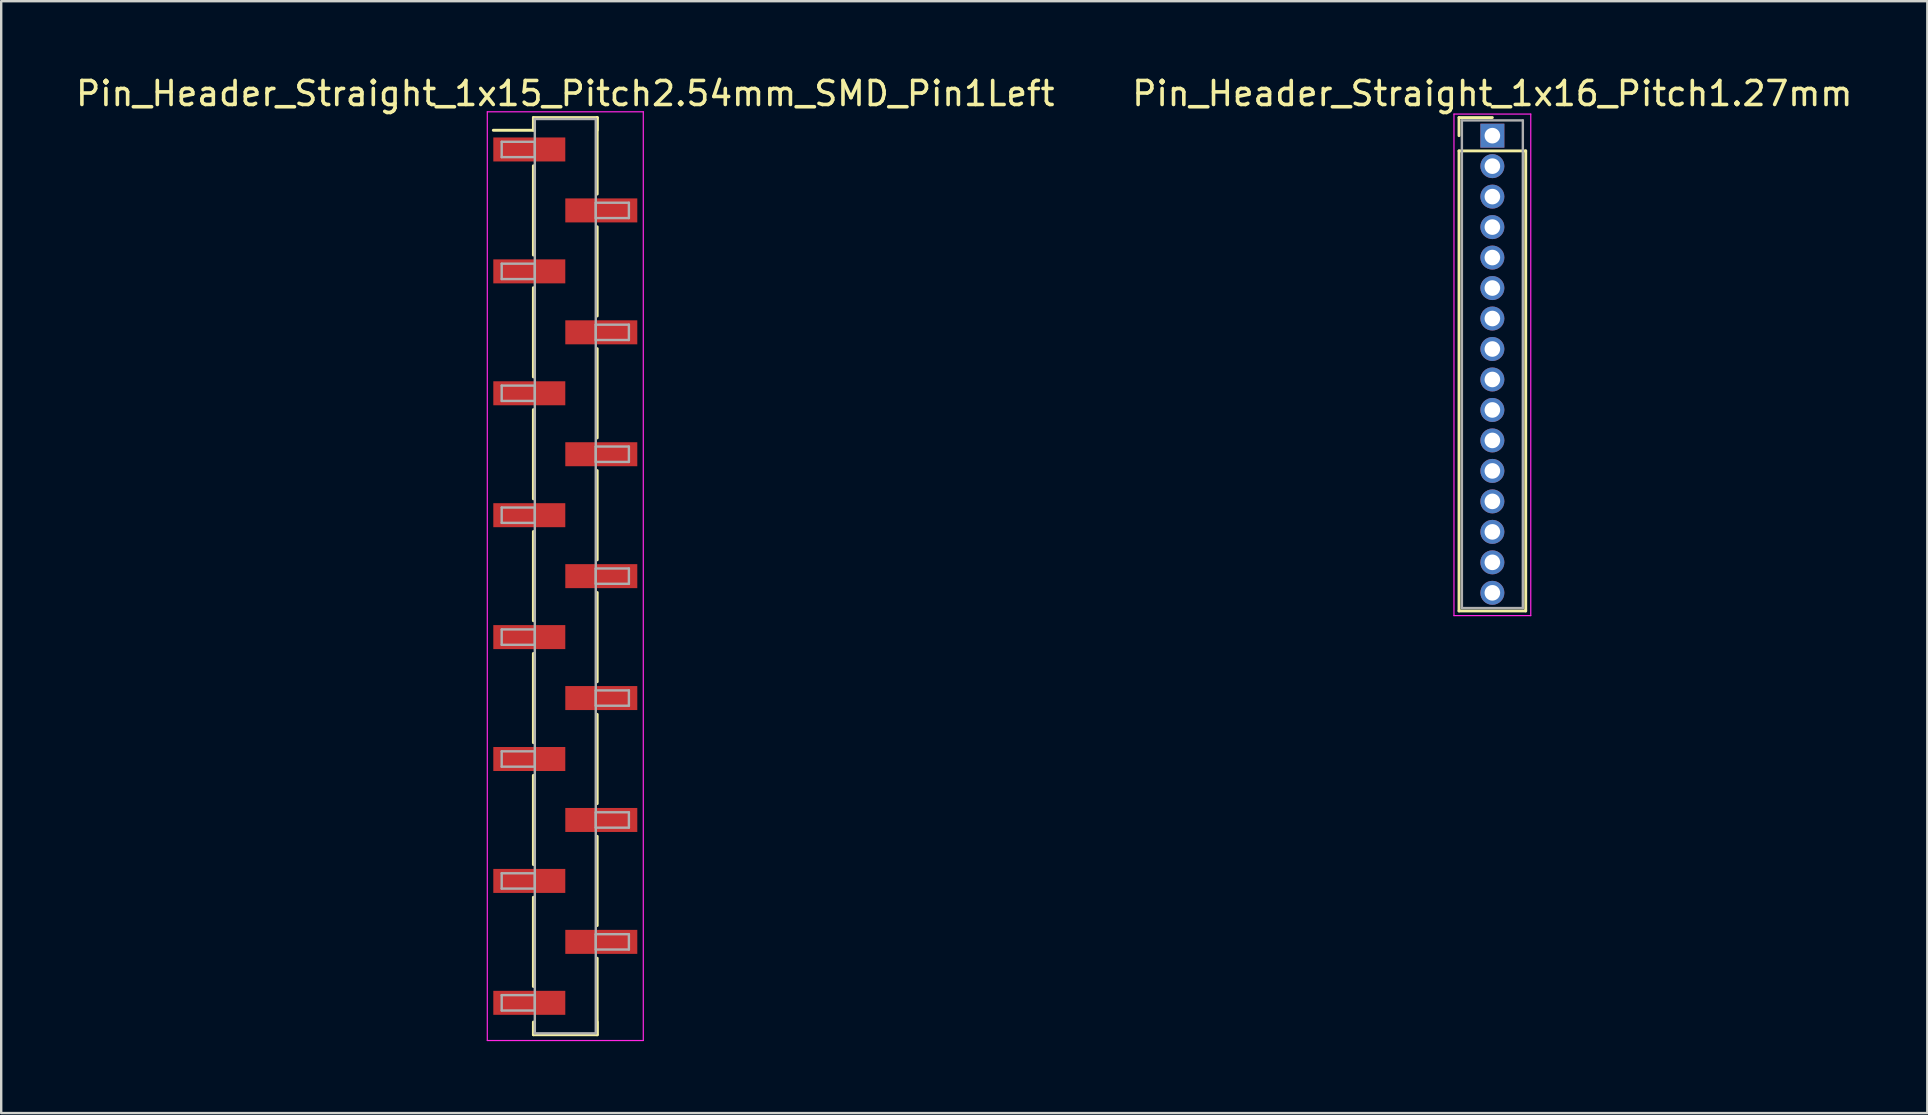
<source format=kicad_pcb>
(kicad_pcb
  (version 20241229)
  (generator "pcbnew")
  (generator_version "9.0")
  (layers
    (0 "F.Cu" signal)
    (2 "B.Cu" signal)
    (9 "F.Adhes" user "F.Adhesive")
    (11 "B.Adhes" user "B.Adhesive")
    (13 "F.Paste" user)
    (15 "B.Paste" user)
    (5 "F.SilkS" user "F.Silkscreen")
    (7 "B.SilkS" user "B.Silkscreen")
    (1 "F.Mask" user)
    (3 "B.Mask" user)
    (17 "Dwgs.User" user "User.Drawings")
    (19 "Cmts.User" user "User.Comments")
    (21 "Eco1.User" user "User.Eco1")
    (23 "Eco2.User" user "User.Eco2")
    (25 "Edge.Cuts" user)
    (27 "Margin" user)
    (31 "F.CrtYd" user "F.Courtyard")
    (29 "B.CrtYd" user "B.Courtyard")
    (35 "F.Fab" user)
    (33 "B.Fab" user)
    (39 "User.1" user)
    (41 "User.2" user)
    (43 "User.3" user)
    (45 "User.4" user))
  (footprint "Pin_Header_Straight_1x16_Pitch1.27mm"
    (layer "F.Cu")
    (at 59.137 2.603)
    (property "Reference" "Pin_Header_Straight_1x16_Pitch1.27mm" (at 0 -1.755 0) (layer "F.SilkS") (effects (font (size 1 1) (thickness 0.15))))
    (attr through_hole)
    (fp_line (start -1.39 -0.755) (end 0 -0.755) (stroke (width 0.12) (type solid)) (layer "F.SilkS"))
    (fp_line (start -1.39 0) (end -1.39 -0.755) (stroke (width 0.12) (type solid)) (layer "F.SilkS"))
    (fp_line (start -1.39 0.635) (end -1.39 19.805) (stroke (width 0.12) (type solid)) (layer "F.SilkS"))
    (fp_line (start -1.39 19.805) (end 1.39 19.805) (stroke (width 0.12) (type solid)) (layer "F.SilkS"))
    (fp_line (start 1.39 0.635) (end -1.39 0.635) (stroke (width 0.12) (type solid)) (layer "F.SilkS"))
    (fp_line (start 1.39 19.805) (end 1.39 0.635) (stroke (width 0.12) (type solid)) (layer "F.SilkS"))
    (fp_line (start -1.6 -0.9) (end -1.6 20) (stroke (width 0.05) (type solid)) (layer "F.CrtYd"))
    (fp_line (start -1.6 20) (end 1.6 20) (stroke (width 0.05) (type solid)) (layer "F.CrtYd"))
    (fp_line (start 1.6 -0.9) (end -1.6 -0.9) (stroke (width 0.05) (type solid)) (layer "F.CrtYd"))
    (fp_line (start 1.6 20) (end 1.6 -0.9) (stroke (width 0.05) (type solid)) (layer "F.CrtYd"))
    (fp_line (start -1.27 -0.635) (end -1.27 19.685) (stroke (width 0.1) (type solid)) (layer "F.Fab"))
    (fp_line (start -1.27 19.685) (end 1.27 19.685) (stroke (width 0.1) (type solid)) (layer "F.Fab"))
    (fp_line (start 1.27 -0.635) (end -1.27 -0.635) (stroke (width 0.1) (type solid)) (layer "F.Fab"))
    (fp_line (start 1.27 19.685) (end 1.27 -0.635) (stroke (width 0.1) (type solid)) (layer "F.Fab"))
    (pad "1" thru_hole rect (at 0 0) (size 1 1) (drill 0.65) (layers "*.Cu" "*.Mask"))
    (pad "2" thru_hole oval (at 0 1.27) (size 1 1) (drill 0.65) (layers "*.Cu" "*.Mask"))
    (pad "3" thru_hole oval (at 0 2.54) (size 1 1) (drill 0.65) (layers "*.Cu" "*.Mask"))
    (pad "4" thru_hole oval (at 0 3.81) (size 1 1) (drill 0.65) (layers "*.Cu" "*.Mask"))
    (pad "5" thru_hole oval (at 0 5.08) (size 1 1) (drill 0.65) (layers "*.Cu" "*.Mask"))
    (pad "6" thru_hole oval (at 0 6.35) (size 1 1) (drill 0.65) (layers "*.Cu" "*.Mask"))
    (pad "7" thru_hole oval (at 0 7.62) (size 1 1) (drill 0.65) (layers "*.Cu" "*.Mask"))
    (pad "8" thru_hole oval (at 0 8.89) (size 1 1) (drill 0.65) (layers "*.Cu" "*.Mask"))
    (pad "9" thru_hole oval (at 0 10.16) (size 1 1) (drill 0.65) (layers "*.Cu" "*.Mask"))
    (pad "10" thru_hole oval (at 0 11.43) (size 1 1) (drill 0.65) (layers "*.Cu" "*.Mask"))
    (pad "11" thru_hole oval (at 0 12.7) (size 1 1) (drill 0.65) (layers "*.Cu" "*.Mask"))
    (pad "12" thru_hole oval (at 0 13.97) (size 1 1) (drill 0.65) (layers "*.Cu" "*.Mask"))
    (pad "13" thru_hole oval (at 0 15.24) (size 1 1) (drill 0.65) (layers "*.Cu" "*.Mask"))
    (pad "14" thru_hole oval (at 0 16.51) (size 1 1) (drill 0.65) (layers "*.Cu" "*.Mask"))
    (pad "15" thru_hole oval (at 0 17.78) (size 1 1) (drill 0.65) (layers "*.Cu" "*.Mask"))
    (pad "16" thru_hole oval (at 0 19.05) (size 1 1) (drill 0.65) (layers "*.Cu" "*.Mask")))
  (footprint "Pin_Header_Straight_1x15_Pitch2.54mm_SMD_Pin1Left"
    (layer "F.Cu")
    (at 20.506 20.958)
    (property "Reference" "Pin_Header_Straight_1x15_Pitch2.54mm_SMD_Pin1Left" (at 0 -20.11 0) (layer "F.SilkS") (effects (font (size 1 1) (thickness 0.15))))
    (attr smd)
    (fp_line (start -1.33 -19.11) (end 1.33 -19.11) (stroke (width 0.12) (type solid)) (layer "F.SilkS"))
    (fp_line (start -1.33 -18.58) (end -3 -18.58) (stroke (width 0.12) (type solid)) (layer "F.SilkS"))
    (fp_line (start -1.33 -18.58) (end -1.33 -19.11) (stroke (width 0.12) (type solid)) (layer "F.SilkS"))
    (fp_line (start -1.33 -17.1) (end -1.33 -13.38) (stroke (width 0.12) (type solid)) (layer "F.SilkS"))
    (fp_line (start -1.33 -12.02) (end -1.33 -8.3) (stroke (width 0.12) (type solid)) (layer "F.SilkS"))
    (fp_line (start -1.33 -6.94) (end -1.33 -3.22) (stroke (width 0.12) (type solid)) (layer "F.SilkS"))
    (fp_line (start -1.33 -1.86) (end -1.33 1.86) (stroke (width 0.12) (type solid)) (layer "F.SilkS"))
    (fp_line (start -1.33 3.22) (end -1.33 6.94) (stroke (width 0.12) (type solid)) (layer "F.SilkS"))
    (fp_line (start -1.33 8.3) (end -1.33 12.02) (stroke (width 0.12) (type solid)) (layer "F.SilkS"))
    (fp_line (start -1.33 13.38) (end -1.33 17.1) (stroke (width 0.12) (type solid)) (layer "F.SilkS"))
    (fp_line (start -1.33 18.58) (end -1.33 19.11) (stroke (width 0.12) (type solid)) (layer "F.SilkS"))
    (fp_line (start -1.33 19.11) (end 1.33 19.11) (stroke (width 0.12) (type solid)) (layer "F.SilkS"))
    (fp_line (start 1.33 -19.11) (end 1.33 -18.58) (stroke (width 0.12) (type solid)) (layer "F.SilkS"))
    (fp_line (start 1.33 -19.11) (end 1.33 -15.92) (stroke (width 0.12) (type solid)) (layer "F.SilkS"))
    (fp_line (start 1.33 -14.56) (end 1.33 -10.84) (stroke (width 0.12) (type solid)) (layer "F.SilkS"))
    (fp_line (start 1.33 -9.48) (end 1.33 -5.76) (stroke (width 0.12) (type solid)) (layer "F.SilkS"))
    (fp_line (start 1.33 -4.4) (end 1.33 -0.68) (stroke (width 0.12) (type solid)) (layer "F.SilkS"))
    (fp_line (start 1.33 0.68) (end 1.33 4.4) (stroke (width 0.12) (type solid)) (layer "F.SilkS"))
    (fp_line (start 1.33 5.76) (end 1.33 9.48) (stroke (width 0.12) (type solid)) (layer "F.SilkS"))
    (fp_line (start 1.33 10.84) (end 1.33 14.56) (stroke (width 0.12) (type solid)) (layer "F.SilkS"))
    (fp_line (start 1.33 15.92) (end 1.33 19.11) (stroke (width 0.12) (type solid)) (layer "F.SilkS"))
    (fp_line (start 1.33 19.11) (end 1.33 18.58) (stroke (width 0.12) (type solid)) (layer "F.SilkS"))
    (fp_line (start -3.25 -19.35) (end -3.25 19.35) (stroke (width 0.05) (type solid)) (layer "F.CrtYd"))
    (fp_line (start -3.25 19.35) (end 3.25 19.35) (stroke (width 0.05) (type solid)) (layer "F.CrtYd"))
    (fp_line (start 3.25 -19.35) (end -3.25 -19.35) (stroke (width 0.05) (type solid)) (layer "F.CrtYd"))
    (fp_line (start 3.25 19.35) (end 3.25 -19.35) (stroke (width 0.05) (type solid)) (layer "F.CrtYd"))
    (fp_line (start -2.65 -18.1) (end -1.27 -18.1) (stroke (width 0.1) (type solid)) (layer "F.Fab"))
    (fp_line (start -2.65 -17.46) (end -2.65 -18.1) (stroke (width 0.1) (type solid)) (layer "F.Fab"))
    (fp_line (start -2.65 -13.02) (end -1.27 -13.02) (stroke (width 0.1) (type solid)) (layer "F.Fab"))
    (fp_line (start -2.65 -12.38) (end -2.65 -13.02) (stroke (width 0.1) (type solid)) (layer "F.Fab"))
    (fp_line (start -2.65 -7.94) (end -1.27 -7.94) (stroke (width 0.1) (type solid)) (layer "F.Fab"))
    (fp_line (start -2.65 -7.3) (end -2.65 -7.94) (stroke (width 0.1) (type solid)) (layer "F.Fab"))
    (fp_line (start -2.65 -2.86) (end -1.27 -2.86) (stroke (width 0.1) (type solid)) (layer "F.Fab"))
    (fp_line (start -2.65 -2.22) (end -2.65 -2.86) (stroke (width 0.1) (type solid)) (layer "F.Fab"))
    (fp_line (start -2.65 2.22) (end -1.27 2.22) (stroke (width 0.1) (type solid)) (layer "F.Fab"))
    (fp_line (start -2.65 2.86) (end -2.65 2.22) (stroke (width 0.1) (type solid)) (layer "F.Fab"))
    (fp_line (start -2.65 7.3) (end -1.27 7.3) (stroke (width 0.1) (type solid)) (layer "F.Fab"))
    (fp_line (start -2.65 7.94) (end -2.65 7.3) (stroke (width 0.1) (type solid)) (layer "F.Fab"))
    (fp_line (start -2.65 12.38) (end -1.27 12.38) (stroke (width 0.1) (type solid)) (layer "F.Fab"))
    (fp_line (start -2.65 13.02) (end -2.65 12.38) (stroke (width 0.1) (type solid)) (layer "F.Fab"))
    (fp_line (start -2.65 17.46) (end -1.27 17.46) (stroke (width 0.1) (type solid)) (layer "F.Fab"))
    (fp_line (start -2.65 18.1) (end -2.65 17.46) (stroke (width 0.1) (type solid)) (layer "F.Fab"))
    (fp_line (start -1.27 -19.05) (end -1.27 19.05) (stroke (width 0.1) (type solid)) (layer "F.Fab"))
    (fp_line (start -1.27 -18.1) (end -1.27 -17.46) (stroke (width 0.1) (type solid)) (layer "F.Fab"))
    (fp_line (start -1.27 -17.46) (end -2.65 -17.46) (stroke (width 0.1) (type solid)) (layer "F.Fab"))
    (fp_line (start -1.27 -13.02) (end -1.27 -12.38) (stroke (width 0.1) (type solid)) (layer "F.Fab"))
    (fp_line (start -1.27 -12.38) (end -2.65 -12.38) (stroke (width 0.1) (type solid)) (layer "F.Fab"))
    (fp_line (start -1.27 -7.94) (end -1.27 -7.3) (stroke (width 0.1) (type solid)) (layer "F.Fab"))
    (fp_line (start -1.27 -7.3) (end -2.65 -7.3) (stroke (width 0.1) (type solid)) (layer "F.Fab"))
    (fp_line (start -1.27 -2.86) (end -1.27 -2.22) (stroke (width 0.1) (type solid)) (layer "F.Fab"))
    (fp_line (start -1.27 -2.22) (end -2.65 -2.22) (stroke (width 0.1) (type solid)) (layer "F.Fab"))
    (fp_line (start -1.27 2.22) (end -1.27 2.86) (stroke (width 0.1) (type solid)) (layer "F.Fab"))
    (fp_line (start -1.27 2.86) (end -2.65 2.86) (stroke (width 0.1) (type solid)) (layer "F.Fab"))
    (fp_line (start -1.27 7.3) (end -1.27 7.94) (stroke (width 0.1) (type solid)) (layer "F.Fab"))
    (fp_line (start -1.27 7.94) (end -2.65 7.94) (stroke (width 0.1) (type solid)) (layer "F.Fab"))
    (fp_line (start -1.27 12.38) (end -1.27 13.02) (stroke (width 0.1) (type solid)) (layer "F.Fab"))
    (fp_line (start -1.27 13.02) (end -2.65 13.02) (stroke (width 0.1) (type solid)) (layer "F.Fab"))
    (fp_line (start -1.27 17.46) (end -1.27 18.1) (stroke (width 0.1) (type solid)) (layer "F.Fab"))
    (fp_line (start -1.27 18.1) (end -2.65 18.1) (stroke (width 0.1) (type solid)) (layer "F.Fab"))
    (fp_line (start -1.27 19.05) (end 1.27 19.05) (stroke (width 0.1) (type solid)) (layer "F.Fab"))
    (fp_line (start 1.27 -19.05) (end -1.27 -19.05) (stroke (width 0.1) (type solid)) (layer "F.Fab"))
    (fp_line (start 1.27 -15.56) (end 1.27 -14.92) (stroke (width 0.1) (type solid)) (layer "F.Fab"))
    (fp_line (start 1.27 -14.92) (end 2.65 -14.92) (stroke (width 0.1) (type solid)) (layer "F.Fab"))
    (fp_line (start 1.27 -10.48) (end 1.27 -9.84) (stroke (width 0.1) (type solid)) (layer "F.Fab"))
    (fp_line (start 1.27 -9.84) (end 2.65 -9.84) (stroke (width 0.1) (type solid)) (layer "F.Fab"))
    (fp_line (start 1.27 -5.4) (end 1.27 -4.76) (stroke (width 0.1) (type solid)) (layer "F.Fab"))
    (fp_line (start 1.27 -4.76) (end 2.65 -4.76) (stroke (width 0.1) (type solid)) (layer "F.Fab"))
    (fp_line (start 1.27 -0.32) (end 1.27 0.32) (stroke (width 0.1) (type solid)) (layer "F.Fab"))
    (fp_line (start 1.27 0.32) (end 2.65 0.32) (stroke (width 0.1) (type solid)) (layer "F.Fab"))
    (fp_line (start 1.27 4.76) (end 1.27 5.4) (stroke (width 0.1) (type solid)) (layer "F.Fab"))
    (fp_line (start 1.27 5.4) (end 2.65 5.4) (stroke (width 0.1) (type solid)) (layer "F.Fab"))
    (fp_line (start 1.27 9.84) (end 1.27 10.48) (stroke (width 0.1) (type solid)) (layer "F.Fab"))
    (fp_line (start 1.27 10.48) (end 2.65 10.48) (stroke (width 0.1) (type solid)) (layer "F.Fab"))
    (fp_line (start 1.27 14.92) (end 1.27 15.56) (stroke (width 0.1) (type solid)) (layer "F.Fab"))
    (fp_line (start 1.27 15.56) (end 2.65 15.56) (stroke (width 0.1) (type solid)) (layer "F.Fab"))
    (fp_line (start 1.27 19.05) (end 1.27 -19.05) (stroke (width 0.1) (type solid)) (layer "F.Fab"))
    (fp_line (start 2.65 -15.56) (end 1.27 -15.56) (stroke (width 0.1) (type solid)) (layer "F.Fab"))
    (fp_line (start 2.65 -14.92) (end 2.65 -15.56) (stroke (width 0.1) (type solid)) (layer "F.Fab"))
    (fp_line (start 2.65 -10.48) (end 1.27 -10.48) (stroke (width 0.1) (type solid)) (layer "F.Fab"))
    (fp_line (start 2.65 -9.84) (end 2.65 -10.48) (stroke (width 0.1) (type solid)) (layer "F.Fab"))
    (fp_line (start 2.65 -5.4) (end 1.27 -5.4) (stroke (width 0.1) (type solid)) (layer "F.Fab"))
    (fp_line (start 2.65 -4.76) (end 2.65 -5.4) (stroke (width 0.1) (type solid)) (layer "F.Fab"))
    (fp_line (start 2.65 -0.32) (end 1.27 -0.32) (stroke (width 0.1) (type solid)) (layer "F.Fab"))
    (fp_line (start 2.65 0.32) (end 2.65 -0.32) (stroke (width 0.1) (type solid)) (layer "F.Fab"))
    (fp_line (start 2.65 4.76) (end 1.27 4.76) (stroke (width 0.1) (type solid)) (layer "F.Fab"))
    (fp_line (start 2.65 5.4) (end 2.65 4.76) (stroke (width 0.1) (type solid)) (layer "F.Fab"))
    (fp_line (start 2.65 9.84) (end 1.27 9.84) (stroke (width 0.1) (type solid)) (layer "F.Fab"))
    (fp_line (start 2.65 10.48) (end 2.65 9.84) (stroke (width 0.1) (type solid)) (layer "F.Fab"))
    (fp_line (start 2.65 14.92) (end 1.27 14.92) (stroke (width 0.1) (type solid)) (layer "F.Fab"))
    (fp_line (start 2.65 15.56) (end 2.65 14.92) (stroke (width 0.1) (type solid)) (layer "F.Fab"))
    (pad "1" smd rect (at -1.5 -17.78) (size 3 1) (layers "F.Cu" "F.Mask"))
    (pad "2" smd rect (at 1.5 -15.24) (size 3 1) (layers "F.Cu" "F.Mask"))
    (pad "3" smd rect (at -1.5 -12.7) (size 3 1) (layers "F.Cu" "F.Mask"))
    (pad "4" smd rect (at 1.5 -10.16) (size 3 1) (layers "F.Cu" "F.Mask"))
    (pad "5" smd rect (at -1.5 -7.62) (size 3 1) (layers "F.Cu" "F.Mask"))
    (pad "6" smd rect (at 1.5 -5.08) (size 3 1) (layers "F.Cu" "F.Mask"))
    (pad "7" smd rect (at -1.5 -2.54) (size 3 1) (layers "F.Cu" "F.Mask"))
    (pad "8" smd rect (at 1.5 0) (size 3 1) (layers "F.Cu" "F.Mask"))
    (pad "9" smd rect (at -1.5 2.54) (size 3 1) (layers "F.Cu" "F.Mask"))
    (pad "10" smd rect (at 1.5 5.08) (size 3 1) (layers "F.Cu" "F.Mask"))
    (pad "11" smd rect (at -1.5 7.62) (size 3 1) (layers "F.Cu" "F.Mask"))
    (pad "12" smd rect (at 1.5 10.16) (size 3 1) (layers "F.Cu" "F.Mask"))
    (pad "13" smd rect (at -1.5 12.7) (size 3 1) (layers "F.Cu" "F.Mask"))
    (pad "14" smd rect (at 1.5 15.24) (size 3 1) (layers "F.Cu" "F.Mask"))
    (pad "15" smd rect (at -1.5 17.78) (size 3 1) (layers "F.Cu" "F.Mask")))
  (gr_rect
    (start -3 -3)
    (end 77.262 43.333)
    (stroke (width 0.1) (type default))
    (fill no)
    (layer "Edge.Cuts")))
</source>
